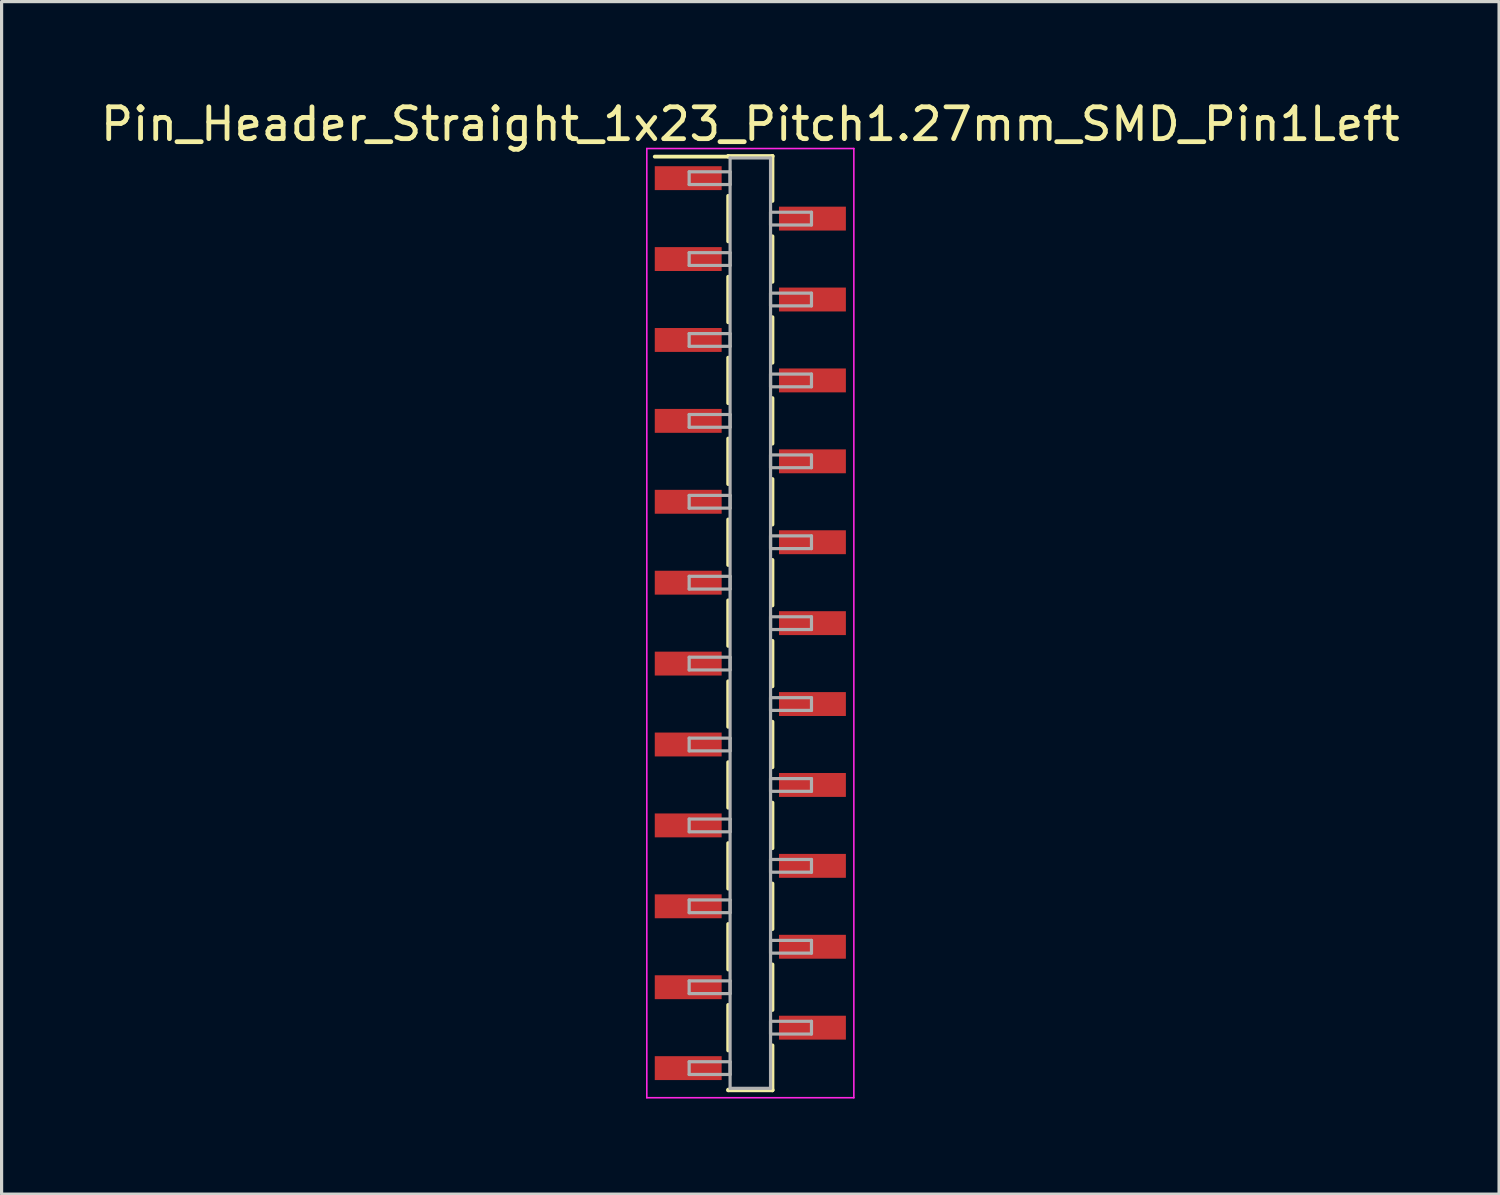
<source format=kicad_pcb>
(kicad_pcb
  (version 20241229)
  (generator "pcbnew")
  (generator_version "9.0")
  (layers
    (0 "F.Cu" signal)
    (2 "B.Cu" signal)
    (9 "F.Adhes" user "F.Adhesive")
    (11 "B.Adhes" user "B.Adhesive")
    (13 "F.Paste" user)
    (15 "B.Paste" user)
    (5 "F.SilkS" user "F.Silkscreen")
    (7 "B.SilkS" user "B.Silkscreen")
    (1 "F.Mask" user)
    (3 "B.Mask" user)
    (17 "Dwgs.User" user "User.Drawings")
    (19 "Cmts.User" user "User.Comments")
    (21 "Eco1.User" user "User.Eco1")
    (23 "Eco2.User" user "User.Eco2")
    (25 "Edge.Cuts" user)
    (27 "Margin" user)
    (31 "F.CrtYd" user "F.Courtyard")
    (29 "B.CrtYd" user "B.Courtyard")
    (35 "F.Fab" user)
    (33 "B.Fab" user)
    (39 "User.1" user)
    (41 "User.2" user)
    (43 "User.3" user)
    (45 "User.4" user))
  (footprint "Pin_Header_Straight_1x23_Pitch1.27mm_SMD_Pin1Left"
    (layer "F.Cu")
    (at 20.506 16.513)
    (property "Reference" "Pin_Header_Straight_1x23_Pitch1.27mm_SMD_Pin1Left" (at 0 -15.665 0) (layer "F.SilkS") (effects (font (size 1 1) (thickness 0.15))))
    (attr smd)
    (fp_line (start -0.695 -14.665) (end 0.695 -14.665) (stroke (width 0.12) (type solid)) (layer "F.SilkS"))
    (fp_line (start -0.695 -14.645) (end -3 -14.645) (stroke (width 0.12) (type solid)) (layer "F.SilkS"))
    (fp_line (start -0.695 -14.645) (end -0.695 -14.665) (stroke (width 0.12) (type solid)) (layer "F.SilkS"))
    (fp_line (start -0.695 -13.415) (end -0.695 -11.985) (stroke (width 0.12) (type solid)) (layer "F.SilkS"))
    (fp_line (start -0.695 -10.875) (end -0.695 -9.445) (stroke (width 0.12) (type solid)) (layer "F.SilkS"))
    (fp_line (start -0.695 -8.335) (end -0.695 -6.905) (stroke (width 0.12) (type solid)) (layer "F.SilkS"))
    (fp_line (start -0.695 -5.795) (end -0.695 -4.365) (stroke (width 0.12) (type solid)) (layer "F.SilkS"))
    (fp_line (start -0.695 -3.255) (end -0.695 -1.825) (stroke (width 0.12) (type solid)) (layer "F.SilkS"))
    (fp_line (start -0.695 -0.715) (end -0.695 0.715) (stroke (width 0.12) (type solid)) (layer "F.SilkS"))
    (fp_line (start -0.695 1.825) (end -0.695 3.255) (stroke (width 0.12) (type solid)) (layer "F.SilkS"))
    (fp_line (start -0.695 4.365) (end -0.695 5.795) (stroke (width 0.12) (type solid)) (layer "F.SilkS"))
    (fp_line (start -0.695 6.905) (end -0.695 8.335) (stroke (width 0.12) (type solid)) (layer "F.SilkS"))
    (fp_line (start -0.695 9.445) (end -0.695 10.875) (stroke (width 0.12) (type solid)) (layer "F.SilkS"))
    (fp_line (start -0.695 11.985) (end -0.695 13.415) (stroke (width 0.12) (type solid)) (layer "F.SilkS"))
    (fp_line (start -0.695 14.645) (end -0.695 14.665) (stroke (width 0.12) (type solid)) (layer "F.SilkS"))
    (fp_line (start -0.695 14.665) (end 0.695 14.665) (stroke (width 0.12) (type solid)) (layer "F.SilkS"))
    (fp_line (start 0.695 -14.665) (end 0.695 -14.645) (stroke (width 0.12) (type solid)) (layer "F.SilkS"))
    (fp_line (start 0.695 -14.665) (end 0.695 -13.255) (stroke (width 0.12) (type solid)) (layer "F.SilkS"))
    (fp_line (start 0.695 -12.145) (end 0.695 -10.715) (stroke (width 0.12) (type solid)) (layer "F.SilkS"))
    (fp_line (start 0.695 -9.605) (end 0.695 -8.175) (stroke (width 0.12) (type solid)) (layer "F.SilkS"))
    (fp_line (start 0.695 -7.065) (end 0.695 -5.635) (stroke (width 0.12) (type solid)) (layer "F.SilkS"))
    (fp_line (start 0.695 -4.525) (end 0.695 -3.095) (stroke (width 0.12) (type solid)) (layer "F.SilkS"))
    (fp_line (start 0.695 -1.985) (end 0.695 -0.555) (stroke (width 0.12) (type solid)) (layer "F.SilkS"))
    (fp_line (start 0.695 0.555) (end 0.695 1.985) (stroke (width 0.12) (type solid)) (layer "F.SilkS"))
    (fp_line (start 0.695 3.095) (end 0.695 4.525) (stroke (width 0.12) (type solid)) (layer "F.SilkS"))
    (fp_line (start 0.695 5.635) (end 0.695 7.065) (stroke (width 0.12) (type solid)) (layer "F.SilkS"))
    (fp_line (start 0.695 8.175) (end 0.695 9.605) (stroke (width 0.12) (type solid)) (layer "F.SilkS"))
    (fp_line (start 0.695 10.715) (end 0.695 12.145) (stroke (width 0.12) (type solid)) (layer "F.SilkS"))
    (fp_line (start 0.695 13.255) (end 0.695 14.665) (stroke (width 0.12) (type solid)) (layer "F.SilkS"))
    (fp_line (start 0.695 14.665) (end 0.695 14.645) (stroke (width 0.12) (type solid)) (layer "F.SilkS"))
    (fp_line (start -3.25 -14.9) (end -3.25 14.9) (stroke (width 0.05) (type solid)) (layer "F.CrtYd"))
    (fp_line (start -3.25 14.9) (end 3.25 14.9) (stroke (width 0.05) (type solid)) (layer "F.CrtYd"))
    (fp_line (start 3.25 -14.9) (end -3.25 -14.9) (stroke (width 0.05) (type solid)) (layer "F.CrtYd"))
    (fp_line (start 3.25 14.9) (end 3.25 -14.9) (stroke (width 0.05) (type solid)) (layer "F.CrtYd"))
    (fp_line (start -1.92 -14.17) (end -0.635 -14.17) (stroke (width 0.1) (type solid)) (layer "F.Fab"))
    (fp_line (start -1.92 -13.77) (end -1.92 -14.17) (stroke (width 0.1) (type solid)) (layer "F.Fab"))
    (fp_line (start -1.92 -11.63) (end -0.635 -11.63) (stroke (width 0.1) (type solid)) (layer "F.Fab"))
    (fp_line (start -1.92 -11.23) (end -1.92 -11.63) (stroke (width 0.1) (type solid)) (layer "F.Fab"))
    (fp_line (start -1.92 -9.09) (end -0.635 -9.09) (stroke (width 0.1) (type solid)) (layer "F.Fab"))
    (fp_line (start -1.92 -8.69) (end -1.92 -9.09) (stroke (width 0.1) (type solid)) (layer "F.Fab"))
    (fp_line (start -1.92 -6.55) (end -0.635 -6.55) (stroke (width 0.1) (type solid)) (layer "F.Fab"))
    (fp_line (start -1.92 -6.15) (end -1.92 -6.55) (stroke (width 0.1) (type solid)) (layer "F.Fab"))
    (fp_line (start -1.92 -4.01) (end -0.635 -4.01) (stroke (width 0.1) (type solid)) (layer "F.Fab"))
    (fp_line (start -1.92 -3.61) (end -1.92 -4.01) (stroke (width 0.1) (type solid)) (layer "F.Fab"))
    (fp_line (start -1.92 -1.47) (end -0.635 -1.47) (stroke (width 0.1) (type solid)) (layer "F.Fab"))
    (fp_line (start -1.92 -1.07) (end -1.92 -1.47) (stroke (width 0.1) (type solid)) (layer "F.Fab"))
    (fp_line (start -1.92 1.07) (end -0.635 1.07) (stroke (width 0.1) (type solid)) (layer "F.Fab"))
    (fp_line (start -1.92 1.47) (end -1.92 1.07) (stroke (width 0.1) (type solid)) (layer "F.Fab"))
    (fp_line (start -1.92 3.61) (end -0.635 3.61) (stroke (width 0.1) (type solid)) (layer "F.Fab"))
    (fp_line (start -1.92 4.01) (end -1.92 3.61) (stroke (width 0.1) (type solid)) (layer "F.Fab"))
    (fp_line (start -1.92 6.15) (end -0.635 6.15) (stroke (width 0.1) (type solid)) (layer "F.Fab"))
    (fp_line (start -1.92 6.55) (end -1.92 6.15) (stroke (width 0.1) (type solid)) (layer "F.Fab"))
    (fp_line (start -1.92 8.69) (end -0.635 8.69) (stroke (width 0.1) (type solid)) (layer "F.Fab"))
    (fp_line (start -1.92 9.09) (end -1.92 8.69) (stroke (width 0.1) (type solid)) (layer "F.Fab"))
    (fp_line (start -1.92 11.23) (end -0.635 11.23) (stroke (width 0.1) (type solid)) (layer "F.Fab"))
    (fp_line (start -1.92 11.63) (end -1.92 11.23) (stroke (width 0.1) (type solid)) (layer "F.Fab"))
    (fp_line (start -1.92 13.77) (end -0.635 13.77) (stroke (width 0.1) (type solid)) (layer "F.Fab"))
    (fp_line (start -1.92 14.17) (end -1.92 13.77) (stroke (width 0.1) (type solid)) (layer "F.Fab"))
    (fp_line (start -0.635 -14.605) (end -0.635 14.605) (stroke (width 0.1) (type solid)) (layer "F.Fab"))
    (fp_line (start -0.635 -14.17) (end -0.635 -13.77) (stroke (width 0.1) (type solid)) (layer "F.Fab"))
    (fp_line (start -0.635 -13.77) (end -1.92 -13.77) (stroke (width 0.1) (type solid)) (layer "F.Fab"))
    (fp_line (start -0.635 -11.63) (end -0.635 -11.23) (stroke (width 0.1) (type solid)) (layer "F.Fab"))
    (fp_line (start -0.635 -11.23) (end -1.92 -11.23) (stroke (width 0.1) (type solid)) (layer "F.Fab"))
    (fp_line (start -0.635 -9.09) (end -0.635 -8.69) (stroke (width 0.1) (type solid)) (layer "F.Fab"))
    (fp_line (start -0.635 -8.69) (end -1.92 -8.69) (stroke (width 0.1) (type solid)) (layer "F.Fab"))
    (fp_line (start -0.635 -6.55) (end -0.635 -6.15) (stroke (width 0.1) (type solid)) (layer "F.Fab"))
    (fp_line (start -0.635 -6.15) (end -1.92 -6.15) (stroke (width 0.1) (type solid)) (layer "F.Fab"))
    (fp_line (start -0.635 -4.01) (end -0.635 -3.61) (stroke (width 0.1) (type solid)) (layer "F.Fab"))
    (fp_line (start -0.635 -3.61) (end -1.92 -3.61) (stroke (width 0.1) (type solid)) (layer "F.Fab"))
    (fp_line (start -0.635 -1.47) (end -0.635 -1.07) (stroke (width 0.1) (type solid)) (layer "F.Fab"))
    (fp_line (start -0.635 -1.07) (end -1.92 -1.07) (stroke (width 0.1) (type solid)) (layer "F.Fab"))
    (fp_line (start -0.635 1.07) (end -0.635 1.47) (stroke (width 0.1) (type solid)) (layer "F.Fab"))
    (fp_line (start -0.635 1.47) (end -1.92 1.47) (stroke (width 0.1) (type solid)) (layer "F.Fab"))
    (fp_line (start -0.635 3.61) (end -0.635 4.01) (stroke (width 0.1) (type solid)) (layer "F.Fab"))
    (fp_line (start -0.635 4.01) (end -1.92 4.01) (stroke (width 0.1) (type solid)) (layer "F.Fab"))
    (fp_line (start -0.635 6.15) (end -0.635 6.55) (stroke (width 0.1) (type solid)) (layer "F.Fab"))
    (fp_line (start -0.635 6.55) (end -1.92 6.55) (stroke (width 0.1) (type solid)) (layer "F.Fab"))
    (fp_line (start -0.635 8.69) (end -0.635 9.09) (stroke (width 0.1) (type solid)) (layer "F.Fab"))
    (fp_line (start -0.635 9.09) (end -1.92 9.09) (stroke (width 0.1) (type solid)) (layer "F.Fab"))
    (fp_line (start -0.635 11.23) (end -0.635 11.63) (stroke (width 0.1) (type solid)) (layer "F.Fab"))
    (fp_line (start -0.635 11.63) (end -1.92 11.63) (stroke (width 0.1) (type solid)) (layer "F.Fab"))
    (fp_line (start -0.635 13.77) (end -0.635 14.17) (stroke (width 0.1) (type solid)) (layer "F.Fab"))
    (fp_line (start -0.635 14.17) (end -1.92 14.17) (stroke (width 0.1) (type solid)) (layer "F.Fab"))
    (fp_line (start -0.635 14.605) (end 0.635 14.605) (stroke (width 0.1) (type solid)) (layer "F.Fab"))
    (fp_line (start 0.635 -14.605) (end -0.635 -14.605) (stroke (width 0.1) (type solid)) (layer "F.Fab"))
    (fp_line (start 0.635 -12.9) (end 0.635 -12.5) (stroke (width 0.1) (type solid)) (layer "F.Fab"))
    (fp_line (start 0.635 -12.5) (end 1.92 -12.5) (stroke (width 0.1) (type solid)) (layer "F.Fab"))
    (fp_line (start 0.635 -10.36) (end 0.635 -9.96) (stroke (width 0.1) (type solid)) (layer "F.Fab"))
    (fp_line (start 0.635 -9.96) (end 1.92 -9.96) (stroke (width 0.1) (type solid)) (layer "F.Fab"))
    (fp_line (start 0.635 -7.82) (end 0.635 -7.42) (stroke (width 0.1) (type solid)) (layer "F.Fab"))
    (fp_line (start 0.635 -7.42) (end 1.92 -7.42) (stroke (width 0.1) (type solid)) (layer "F.Fab"))
    (fp_line (start 0.635 -5.28) (end 0.635 -4.88) (stroke (width 0.1) (type solid)) (layer "F.Fab"))
    (fp_line (start 0.635 -4.88) (end 1.92 -4.88) (stroke (width 0.1) (type solid)) (layer "F.Fab"))
    (fp_line (start 0.635 -2.74) (end 0.635 -2.34) (stroke (width 0.1) (type solid)) (layer "F.Fab"))
    (fp_line (start 0.635 -2.34) (end 1.92 -2.34) (stroke (width 0.1) (type solid)) (layer "F.Fab"))
    (fp_line (start 0.635 -0.2) (end 0.635 0.2) (stroke (width 0.1) (type solid)) (layer "F.Fab"))
    (fp_line (start 0.635 0.2) (end 1.92 0.2) (stroke (width 0.1) (type solid)) (layer "F.Fab"))
    (fp_line (start 0.635 2.34) (end 0.635 2.74) (stroke (width 0.1) (type solid)) (layer "F.Fab"))
    (fp_line (start 0.635 2.74) (end 1.92 2.74) (stroke (width 0.1) (type solid)) (layer "F.Fab"))
    (fp_line (start 0.635 4.88) (end 0.635 5.28) (stroke (width 0.1) (type solid)) (layer "F.Fab"))
    (fp_line (start 0.635 5.28) (end 1.92 5.28) (stroke (width 0.1) (type solid)) (layer "F.Fab"))
    (fp_line (start 0.635 7.42) (end 0.635 7.82) (stroke (width 0.1) (type solid)) (layer "F.Fab"))
    (fp_line (start 0.635 7.82) (end 1.92 7.82) (stroke (width 0.1) (type solid)) (layer "F.Fab"))
    (fp_line (start 0.635 9.96) (end 0.635 10.36) (stroke (width 0.1) (type solid)) (layer "F.Fab"))
    (fp_line (start 0.635 10.36) (end 1.92 10.36) (stroke (width 0.1) (type solid)) (layer "F.Fab"))
    (fp_line (start 0.635 12.5) (end 0.635 12.9) (stroke (width 0.1) (type solid)) (layer "F.Fab"))
    (fp_line (start 0.635 12.9) (end 1.92 12.9) (stroke (width 0.1) (type solid)) (layer "F.Fab"))
    (fp_line (start 0.635 14.605) (end 0.635 -14.605) (stroke (width 0.1) (type solid)) (layer "F.Fab"))
    (fp_line (start 1.92 -12.9) (end 0.635 -12.9) (stroke (width 0.1) (type solid)) (layer "F.Fab"))
    (fp_line (start 1.92 -12.5) (end 1.92 -12.9) (stroke (width 0.1) (type solid)) (layer "F.Fab"))
    (fp_line (start 1.92 -10.36) (end 0.635 -10.36) (stroke (width 0.1) (type solid)) (layer "F.Fab"))
    (fp_line (start 1.92 -9.96) (end 1.92 -10.36) (stroke (width 0.1) (type solid)) (layer "F.Fab"))
    (fp_line (start 1.92 -7.82) (end 0.635 -7.82) (stroke (width 0.1) (type solid)) (layer "F.Fab"))
    (fp_line (start 1.92 -7.42) (end 1.92 -7.82) (stroke (width 0.1) (type solid)) (layer "F.Fab"))
    (fp_line (start 1.92 -5.28) (end 0.635 -5.28) (stroke (width 0.1) (type solid)) (layer "F.Fab"))
    (fp_line (start 1.92 -4.88) (end 1.92 -5.28) (stroke (width 0.1) (type solid)) (layer "F.Fab"))
    (fp_line (start 1.92 -2.74) (end 0.635 -2.74) (stroke (width 0.1) (type solid)) (layer "F.Fab"))
    (fp_line (start 1.92 -2.34) (end 1.92 -2.74) (stroke (width 0.1) (type solid)) (layer "F.Fab"))
    (fp_line (start 1.92 -0.2) (end 0.635 -0.2) (stroke (width 0.1) (type solid)) (layer "F.Fab"))
    (fp_line (start 1.92 0.2) (end 1.92 -0.2) (stroke (width 0.1) (type solid)) (layer "F.Fab"))
    (fp_line (start 1.92 2.34) (end 0.635 2.34) (stroke (width 0.1) (type solid)) (layer "F.Fab"))
    (fp_line (start 1.92 2.74) (end 1.92 2.34) (stroke (width 0.1) (type solid)) (layer "F.Fab"))
    (fp_line (start 1.92 4.88) (end 0.635 4.88) (stroke (width 0.1) (type solid)) (layer "F.Fab"))
    (fp_line (start 1.92 5.28) (end 1.92 4.88) (stroke (width 0.1) (type solid)) (layer "F.Fab"))
    (fp_line (start 1.92 7.42) (end 0.635 7.42) (stroke (width 0.1) (type solid)) (layer "F.Fab"))
    (fp_line (start 1.92 7.82) (end 1.92 7.42) (stroke (width 0.1) (type solid)) (layer "F.Fab"))
    (fp_line (start 1.92 9.96) (end 0.635 9.96) (stroke (width 0.1) (type solid)) (layer "F.Fab"))
    (fp_line (start 1.92 10.36) (end 1.92 9.96) (stroke (width 0.1) (type solid)) (layer "F.Fab"))
    (fp_line (start 1.92 12.5) (end 0.635 12.5) (stroke (width 0.1) (type solid)) (layer "F.Fab"))
    (fp_line (start 1.92 12.9) (end 1.92 12.5) (stroke (width 0.1) (type solid)) (layer "F.Fab"))
    (pad "1" smd rect (at -1.95 -13.97) (size 2.1 0.75) (layers "F.Cu" "F.Mask"))
    (pad "2" smd rect (at 1.95 -12.7) (size 2.1 0.75) (layers "F.Cu" "F.Mask"))
    (pad "3" smd rect (at -1.95 -11.43) (size 2.1 0.75) (layers "F.Cu" "F.Mask"))
    (pad "4" smd rect (at 1.95 -10.16) (size 2.1 0.75) (layers "F.Cu" "F.Mask"))
    (pad "5" smd rect (at -1.95 -8.89) (size 2.1 0.75) (layers "F.Cu" "F.Mask"))
    (pad "6" smd rect (at 1.95 -7.62) (size 2.1 0.75) (layers "F.Cu" "F.Mask"))
    (pad "7" smd rect (at -1.95 -6.35) (size 2.1 0.75) (layers "F.Cu" "F.Mask"))
    (pad "8" smd rect (at 1.95 -5.08) (size 2.1 0.75) (layers "F.Cu" "F.Mask"))
    (pad "9" smd rect (at -1.95 -3.81) (size 2.1 0.75) (layers "F.Cu" "F.Mask"))
    (pad "10" smd rect (at 1.95 -2.54) (size 2.1 0.75) (layers "F.Cu" "F.Mask"))
    (pad "11" smd rect (at -1.95 -1.27) (size 2.1 0.75) (layers "F.Cu" "F.Mask"))
    (pad "12" smd rect (at 1.95 0) (size 2.1 0.75) (layers "F.Cu" "F.Mask"))
    (pad "13" smd rect (at -1.95 1.27) (size 2.1 0.75) (layers "F.Cu" "F.Mask"))
    (pad "14" smd rect (at 1.95 2.54) (size 2.1 0.75) (layers "F.Cu" "F.Mask"))
    (pad "15" smd rect (at -1.95 3.81) (size 2.1 0.75) (layers "F.Cu" "F.Mask"))
    (pad "16" smd rect (at 1.95 5.08) (size 2.1 0.75) (layers "F.Cu" "F.Mask"))
    (pad "17" smd rect (at -1.95 6.35) (size 2.1 0.75) (layers "F.Cu" "F.Mask"))
    (pad "18" smd rect (at 1.95 7.62) (size 2.1 0.75) (layers "F.Cu" "F.Mask"))
    (pad "19" smd rect (at -1.95 8.89) (size 2.1 0.75) (layers "F.Cu" "F.Mask"))
    (pad "20" smd rect (at 1.95 10.16) (size 2.1 0.75) (layers "F.Cu" "F.Mask"))
    (pad "21" smd rect (at -1.95 11.43) (size 2.1 0.75) (layers "F.Cu" "F.Mask"))
    (pad "22" smd rect (at 1.95 12.7) (size 2.1 0.75) (layers "F.Cu" "F.Mask"))
    (pad "23" smd rect (at -1.95 13.97) (size 2.1 0.75) (layers "F.Cu" "F.Mask")))
  (gr_rect
    (start -3 -3)
    (end 44.012 34.438)
    (stroke (width 0.1) (type default))
    (fill no)
    (layer "Edge.Cuts")))
</source>
